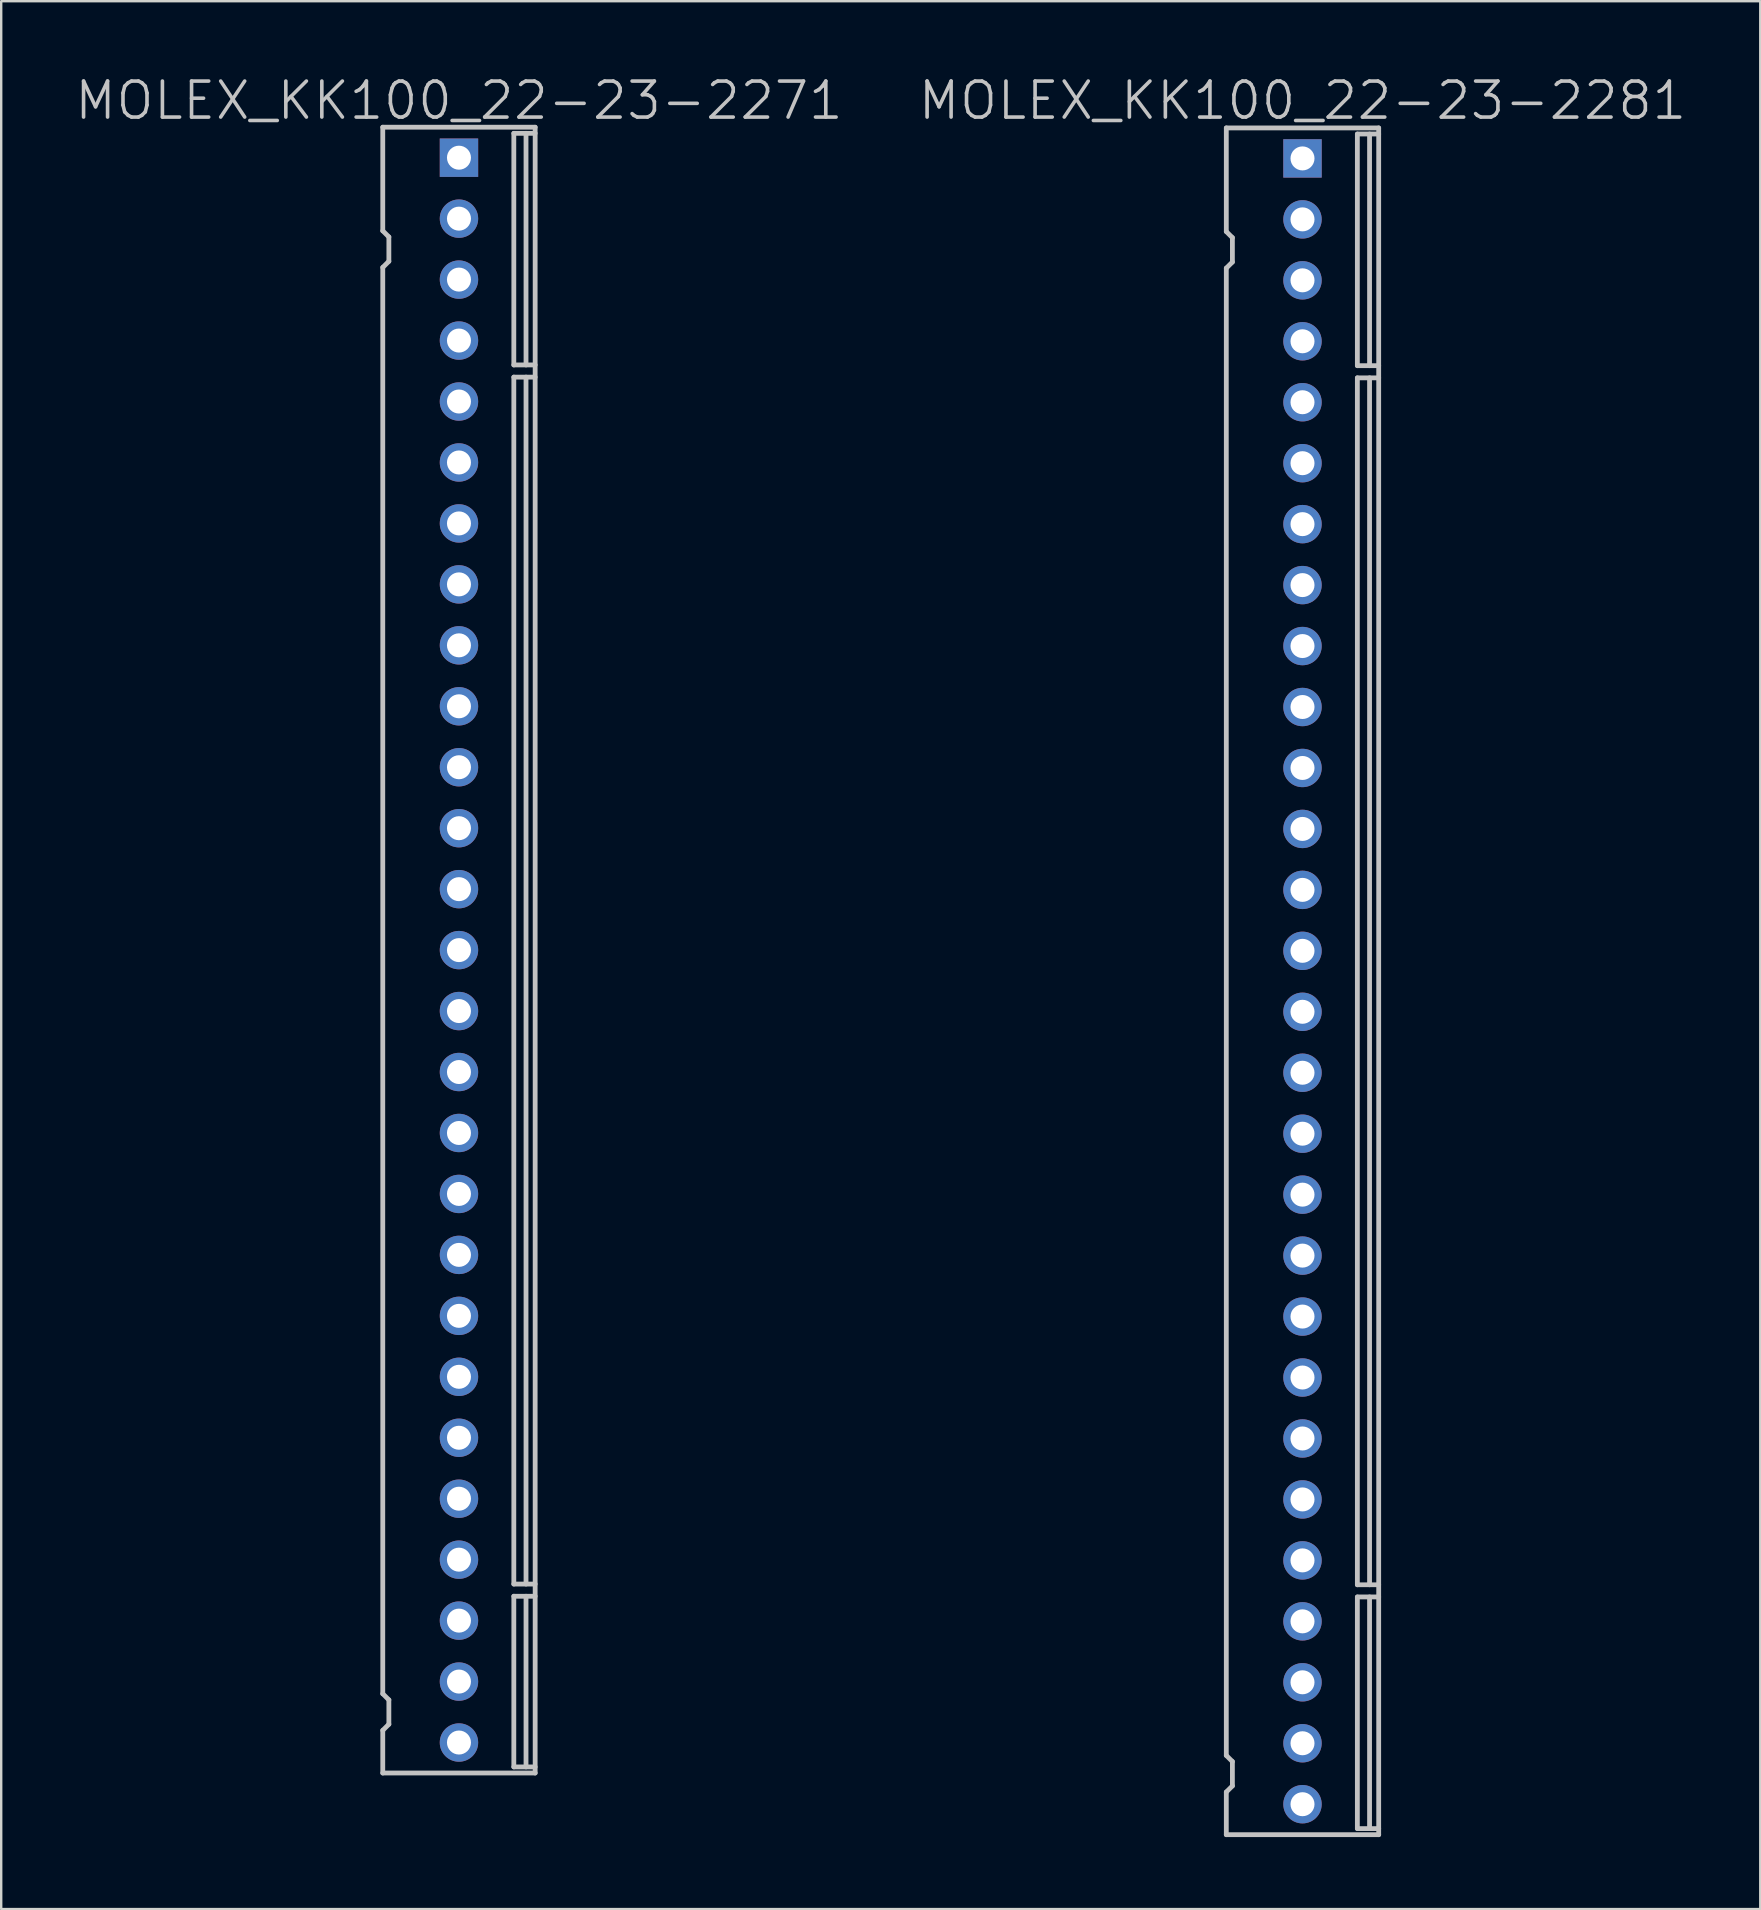
<source format=kicad_pcb>
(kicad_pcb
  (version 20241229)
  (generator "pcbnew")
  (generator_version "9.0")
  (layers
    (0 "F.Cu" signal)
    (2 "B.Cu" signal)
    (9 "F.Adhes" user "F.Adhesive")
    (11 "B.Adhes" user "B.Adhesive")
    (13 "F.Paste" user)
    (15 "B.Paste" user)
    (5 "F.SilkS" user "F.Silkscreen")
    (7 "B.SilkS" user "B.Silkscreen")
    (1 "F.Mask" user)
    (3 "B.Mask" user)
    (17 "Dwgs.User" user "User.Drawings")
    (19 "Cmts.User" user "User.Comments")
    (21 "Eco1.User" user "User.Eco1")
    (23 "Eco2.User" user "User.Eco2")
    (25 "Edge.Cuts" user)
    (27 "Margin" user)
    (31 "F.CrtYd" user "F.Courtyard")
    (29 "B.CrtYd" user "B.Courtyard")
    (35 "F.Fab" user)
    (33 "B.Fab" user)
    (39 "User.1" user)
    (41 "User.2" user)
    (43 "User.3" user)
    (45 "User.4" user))
  (footprint "MOLEX_KK100_22-23-2281"
    (layer "F.Cu")
    (at 51.225 37.841)
    (property "Reference" "MOLEX_KK100_22-23-2281" (at 0 -36.7 180) (layer "Dwgs.User") (effects (font (size 1.5 1.5) (thickness 0.15))))
    (attr through_hole)
    (fp_line (start -3.175 -35.56) (end 3.175 -35.56) (stroke (width 0.2) (type solid)) (layer "Dwgs.User"))
    (fp_line (start -3.175 -31.242) (end -3.175 -35.56) (stroke (width 0.2) (type solid)) (layer "Dwgs.User"))
    (fp_line (start -3.175 32.258) (end -3.175 -29.718) (stroke (width 0.2) (type solid)) (layer "Dwgs.User"))
    (fp_line (start -3.175 33.782) (end -3.175 35.56) (stroke (width 0.2) (type solid)) (layer "Dwgs.User"))
    (fp_line (start -2.921 -30.988) (end -3.175 -31.242) (stroke (width 0.2) (type solid)) (layer "Dwgs.User"))
    (fp_line (start -2.921 -30.988) (end -2.921 -29.972) (stroke (width 0.2) (type solid)) (layer "Dwgs.User"))
    (fp_line (start -2.921 -29.972) (end -3.175 -29.718) (stroke (width 0.2) (type solid)) (layer "Dwgs.User"))
    (fp_line (start -2.921 32.512) (end -3.175 32.258) (stroke (width 0.2) (type solid)) (layer "Dwgs.User"))
    (fp_line (start -2.921 32.512) (end -2.921 33.528) (stroke (width 0.2) (type solid)) (layer "Dwgs.User"))
    (fp_line (start -2.921 33.528) (end -3.175 33.782) (stroke (width 0.2) (type solid)) (layer "Dwgs.User"))
    (fp_line (start 2.286 -35.306) (end 3.175 -35.306) (stroke (width 0.2) (type solid)) (layer "Dwgs.User"))
    (fp_line (start 2.286 -25.654) (end 2.286 -35.306) (stroke (width 0.2) (type solid)) (layer "Dwgs.User"))
    (fp_line (start 2.286 -25.654) (end 3.175 -25.654) (stroke (width 0.2) (type solid)) (layer "Dwgs.User"))
    (fp_line (start 2.286 -25.146) (end 3.175 -25.146) (stroke (width 0.2) (type solid)) (layer "Dwgs.User"))
    (fp_line (start 2.286 25.146) (end 2.286 -25.146) (stroke (width 0.2) (type solid)) (layer "Dwgs.User"))
    (fp_line (start 2.286 25.146) (end 3.175 25.146) (stroke (width 0.2) (type solid)) (layer "Dwgs.User"))
    (fp_line (start 2.286 25.654) (end 2.286 35.306) (stroke (width 0.2) (type solid)) (layer "Dwgs.User"))
    (fp_line (start 2.286 25.654) (end 3.175 25.654) (stroke (width 0.2) (type solid)) (layer "Dwgs.User"))
    (fp_line (start 2.286 35.306) (end 3.175 35.306) (stroke (width 0.2) (type solid)) (layer "Dwgs.User"))
    (fp_line (start 2.794 -25.654) (end 2.794 -35.306) (stroke (width 0.2) (type solid)) (layer "Dwgs.User"))
    (fp_line (start 2.794 -25.146) (end 2.794 25.146) (stroke (width 0.2) (type solid)) (layer "Dwgs.User"))
    (fp_line (start 2.794 25.654) (end 2.794 35.306) (stroke (width 0.2) (type solid)) (layer "Dwgs.User"))
    (fp_line (start 3.175 -35.56) (end 3.175 35.56) (stroke (width 0.2) (type solid)) (layer "Dwgs.User"))
    (fp_line (start 3.175 35.56) (end -3.175 35.56) (stroke (width 0.2) (type solid)) (layer "Dwgs.User"))
    (pad "1" thru_hole rect (at 0 -34.29) (size 1.6 1.6) (drill 1) (layers "*.Cu" "*.Mask"))
    (pad "2" thru_hole circle (at 0 -31.75) (size 1.6 1.6) (drill 1) (layers "*.Cu" "*.Mask"))
    (pad "3" thru_hole circle (at 0 -29.21) (size 1.6 1.6) (drill 1) (layers "*.Cu" "*.Mask"))
    (pad "4" thru_hole circle (at 0 -26.67) (size 1.6 1.6) (drill 1) (layers "*.Cu" "*.Mask"))
    (pad "5" thru_hole circle (at 0 -24.13) (size 1.6 1.6) (drill 1) (layers "*.Cu" "*.Mask"))
    (pad "6" thru_hole circle (at 0 -21.59) (size 1.6 1.6) (drill 1) (layers "*.Cu" "*.Mask"))
    (pad "7" thru_hole circle (at 0 -19.05) (size 1.6 1.6) (drill 1) (layers "*.Cu" "*.Mask"))
    (pad "8" thru_hole circle (at 0 -16.51) (size 1.6 1.6) (drill 1) (layers "*.Cu" "*.Mask"))
    (pad "9" thru_hole circle (at 0 -13.97) (size 1.6 1.6) (drill 1) (layers "*.Cu" "*.Mask"))
    (pad "10" thru_hole circle (at 0 -11.43) (size 1.6 1.6) (drill 1) (layers "*.Cu" "*.Mask"))
    (pad "11" thru_hole circle (at 0 -8.89) (size 1.6 1.6) (drill 1) (layers "*.Cu" "*.Mask"))
    (pad "12" thru_hole circle (at 0 -6.35) (size 1.6 1.6) (drill 1) (layers "*.Cu" "*.Mask"))
    (pad "13" thru_hole circle (at 0 -3.81) (size 1.6 1.6) (drill 1) (layers "*.Cu" "*.Mask"))
    (pad "14" thru_hole circle (at 0 -1.27) (size 1.6 1.6) (drill 1) (layers "*.Cu" "*.Mask"))
    (pad "15" thru_hole circle (at 0 1.27) (size 1.6 1.6) (drill 1) (layers "*.Cu" "*.Mask"))
    (pad "16" thru_hole circle (at 0 3.81) (size 1.6 1.6) (drill 1) (layers "*.Cu" "*.Mask"))
    (pad "17" thru_hole circle (at 0 6.35) (size 1.6 1.6) (drill 1) (layers "*.Cu" "*.Mask"))
    (pad "18" thru_hole circle (at 0 8.89) (size 1.6 1.6) (drill 1) (layers "*.Cu" "*.Mask"))
    (pad "19" thru_hole circle (at 0 11.43) (size 1.6 1.6) (drill 1) (layers "*.Cu" "*.Mask"))
    (pad "20" thru_hole circle (at 0 13.97) (size 1.6 1.6) (drill 1) (layers "*.Cu" "*.Mask"))
    (pad "21" thru_hole circle (at 0 16.51) (size 1.6 1.6) (drill 1) (layers "*.Cu" "*.Mask"))
    (pad "22" thru_hole circle (at 0 19.05) (size 1.6 1.6) (drill 1) (layers "*.Cu" "*.Mask"))
    (pad "23" thru_hole circle (at 0 21.59) (size 1.6 1.6) (drill 1) (layers "*.Cu" "*.Mask"))
    (pad "24" thru_hole circle (at 0 24.13) (size 1.6 1.6) (drill 1) (layers "*.Cu" "*.Mask"))
    (pad "25" thru_hole circle (at 0 26.67) (size 1.6 1.6) (drill 1) (layers "*.Cu" "*.Mask"))
    (pad "26" thru_hole circle (at 0 29.21) (size 1.6 1.6) (drill 1) (layers "*.Cu" "*.Mask"))
    (pad "27" thru_hole circle (at 0 31.75) (size 1.6 1.6) (drill 1) (layers "*.Cu" "*.Mask"))
    (pad "28" thru_hole circle (at 0 34.29) (size 1.6 1.6) (drill 1) (layers "*.Cu" "*.Mask")))
  (footprint "MOLEX_KK100_22-23-2271"
    (layer "F.Cu")
    (at 16.075 36.541)
    (property "Reference" "MOLEX_KK100_22-23-2271" (at 0 -35.4 180) (layer "Dwgs.User") (effects (font (size 1.5 1.5) (thickness 0.15))))
    (attr through_hole)
    (fp_line (start -3.175 -34.29) (end 3.175 -34.29) (stroke (width 0.2) (type solid)) (layer "Dwgs.User"))
    (fp_line (start -3.175 -29.972) (end -3.175 -34.29) (stroke (width 0.2) (type solid)) (layer "Dwgs.User"))
    (fp_line (start -3.175 -28.448) (end -3.175 30.988) (stroke (width 0.2) (type solid)) (layer "Dwgs.User"))
    (fp_line (start -3.175 32.512) (end -3.175 34.29) (stroke (width 0.2) (type solid)) (layer "Dwgs.User"))
    (fp_line (start -2.921 -29.718) (end -3.175 -29.972) (stroke (width 0.2) (type solid)) (layer "Dwgs.User"))
    (fp_line (start -2.921 -29.718) (end -2.921 -28.702) (stroke (width 0.2) (type solid)) (layer "Dwgs.User"))
    (fp_line (start -2.921 -28.702) (end -3.175 -28.448) (stroke (width 0.2) (type solid)) (layer "Dwgs.User"))
    (fp_line (start -2.921 31.242) (end -3.175 30.988) (stroke (width 0.2) (type solid)) (layer "Dwgs.User"))
    (fp_line (start -2.921 31.242) (end -2.921 32.258) (stroke (width 0.2) (type solid)) (layer "Dwgs.User"))
    (fp_line (start -2.921 32.258) (end -3.175 32.512) (stroke (width 0.2) (type solid)) (layer "Dwgs.User"))
    (fp_line (start 2.286 -34.036) (end 3.175 -34.036) (stroke (width 0.2) (type solid)) (layer "Dwgs.User"))
    (fp_line (start 2.286 -24.384) (end 2.286 -34.036) (stroke (width 0.2) (type solid)) (layer "Dwgs.User"))
    (fp_line (start 2.286 -24.384) (end 3.175 -24.384) (stroke (width 0.2) (type solid)) (layer "Dwgs.User"))
    (fp_line (start 2.286 -23.876) (end 3.175 -23.876) (stroke (width 0.2) (type solid)) (layer "Dwgs.User"))
    (fp_line (start 2.286 26.416) (end 2.286 -23.876) (stroke (width 0.2) (type solid)) (layer "Dwgs.User"))
    (fp_line (start 2.286 26.416) (end 3.175 26.416) (stroke (width 0.2) (type solid)) (layer "Dwgs.User"))
    (fp_line (start 2.286 26.924) (end 2.286 34.036) (stroke (width 0.2) (type solid)) (layer "Dwgs.User"))
    (fp_line (start 2.286 26.924) (end 3.175 26.924) (stroke (width 0.2) (type solid)) (layer "Dwgs.User"))
    (fp_line (start 2.286 34.036) (end 3.175 34.036) (stroke (width 0.2) (type solid)) (layer "Dwgs.User"))
    (fp_line (start 2.794 -24.384) (end 2.794 -34.036) (stroke (width 0.2) (type solid)) (layer "Dwgs.User"))
    (fp_line (start 2.794 -23.876) (end 2.794 26.416) (stroke (width 0.2) (type solid)) (layer "Dwgs.User"))
    (fp_line (start 2.794 26.924) (end 2.794 34.036) (stroke (width 0.2) (type solid)) (layer "Dwgs.User"))
    (fp_line (start 3.175 34.29) (end -3.175 34.29) (stroke (width 0.2) (type solid)) (layer "Dwgs.User"))
    (fp_line (start 3.175 34.29) (end 3.175 -34.29) (stroke (width 0.2) (type solid)) (layer "Dwgs.User"))
    (pad "1" thru_hole rect (at 0 -33.02) (size 1.6 1.6) (drill 1) (layers "*.Cu" "*.Mask"))
    (pad "2" thru_hole circle (at 0 -30.48) (size 1.6 1.6) (drill 1) (layers "*.Cu" "*.Mask"))
    (pad "3" thru_hole circle (at 0 -27.94) (size 1.6 1.6) (drill 1) (layers "*.Cu" "*.Mask"))
    (pad "4" thru_hole circle (at 0 -25.4) (size 1.6 1.6) (drill 1) (layers "*.Cu" "*.Mask"))
    (pad "5" thru_hole circle (at 0 -22.86) (size 1.6 1.6) (drill 1) (layers "*.Cu" "*.Mask"))
    (pad "6" thru_hole circle (at 0 -20.32) (size 1.6 1.6) (drill 1) (layers "*.Cu" "*.Mask"))
    (pad "7" thru_hole circle (at 0 -17.78) (size 1.6 1.6) (drill 1) (layers "*.Cu" "*.Mask"))
    (pad "8" thru_hole circle (at 0 -15.24) (size 1.6 1.6) (drill 1) (layers "*.Cu" "*.Mask"))
    (pad "9" thru_hole circle (at 0 -12.7) (size 1.6 1.6) (drill 1) (layers "*.Cu" "*.Mask"))
    (pad "10" thru_hole circle (at 0 -10.16) (size 1.6 1.6) (drill 1) (layers "*.Cu" "*.Mask"))
    (pad "11" thru_hole circle (at 0 -7.62) (size 1.6 1.6) (drill 1) (layers "*.Cu" "*.Mask"))
    (pad "12" thru_hole circle (at 0 -5.08) (size 1.6 1.6) (drill 1) (layers "*.Cu" "*.Mask"))
    (pad "13" thru_hole circle (at 0 -2.54) (size 1.6 1.6) (drill 1) (layers "*.Cu" "*.Mask"))
    (pad "14" thru_hole circle (at 0 0) (size 1.6 1.6) (drill 1) (layers "*.Cu" "*.Mask"))
    (pad "15" thru_hole circle (at 0 2.54) (size 1.6 1.6) (drill 1) (layers "*.Cu" "*.Mask"))
    (pad "16" thru_hole circle (at 0 5.08) (size 1.6 1.6) (drill 1) (layers "*.Cu" "*.Mask"))
    (pad "17" thru_hole circle (at 0 7.62) (size 1.6 1.6) (drill 1) (layers "*.Cu" "*.Mask"))
    (pad "18" thru_hole circle (at 0 10.16) (size 1.6 1.6) (drill 1) (layers "*.Cu" "*.Mask"))
    (pad "19" thru_hole circle (at 0 12.7) (size 1.6 1.6) (drill 1) (layers "*.Cu" "*.Mask"))
    (pad "20" thru_hole circle (at 0 15.24) (size 1.6 1.6) (drill 1) (layers "*.Cu" "*.Mask"))
    (pad "21" thru_hole circle (at 0 17.78) (size 1.6 1.6) (drill 1) (layers "*.Cu" "*.Mask"))
    (pad "22" thru_hole circle (at 0 20.32) (size 1.6 1.6) (drill 1) (layers "*.Cu" "*.Mask"))
    (pad "23" thru_hole circle (at 0 22.86) (size 1.6 1.6) (drill 1) (layers "*.Cu" "*.Mask"))
    (pad "24" thru_hole circle (at 0 25.4) (size 1.6 1.6) (drill 1) (layers "*.Cu" "*.Mask"))
    (pad "25" thru_hole circle (at 0 27.94) (size 1.6 1.6) (drill 1) (layers "*.Cu" "*.Mask"))
    (pad "26" thru_hole circle (at 0 30.48) (size 1.6 1.6) (drill 1) (layers "*.Cu" "*.Mask"))
    (pad "27" thru_hole circle (at 0 33.02) (size 1.6 1.6) (drill 1) (layers "*.Cu" "*.Mask")))
  (gr_rect
    (start -3 -3)
    (end 70.3 76.501)
    (stroke (width 0.1) (type default))
    (fill no)
    (layer "Edge.Cuts")))
</source>
